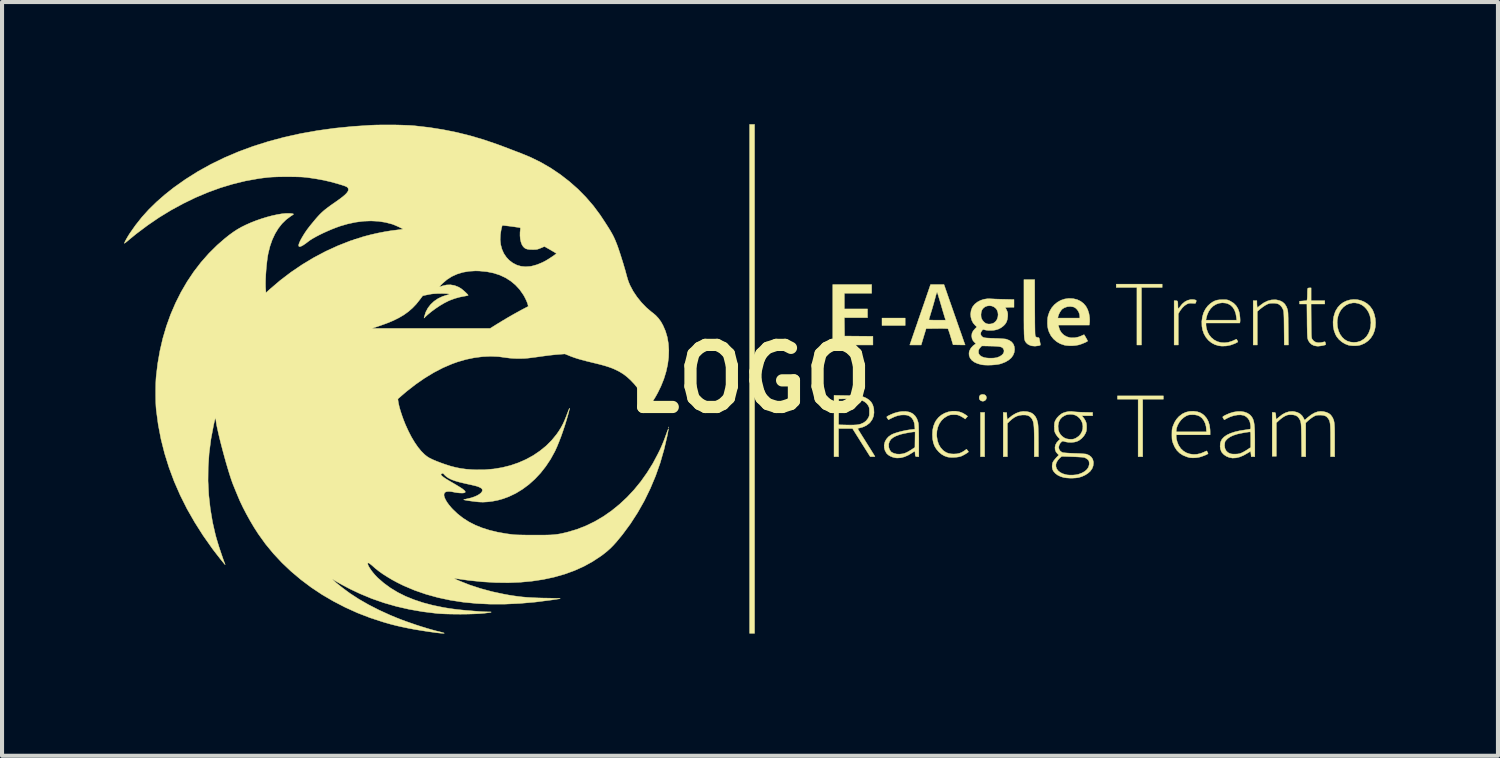
<source format=kicad_pcb>
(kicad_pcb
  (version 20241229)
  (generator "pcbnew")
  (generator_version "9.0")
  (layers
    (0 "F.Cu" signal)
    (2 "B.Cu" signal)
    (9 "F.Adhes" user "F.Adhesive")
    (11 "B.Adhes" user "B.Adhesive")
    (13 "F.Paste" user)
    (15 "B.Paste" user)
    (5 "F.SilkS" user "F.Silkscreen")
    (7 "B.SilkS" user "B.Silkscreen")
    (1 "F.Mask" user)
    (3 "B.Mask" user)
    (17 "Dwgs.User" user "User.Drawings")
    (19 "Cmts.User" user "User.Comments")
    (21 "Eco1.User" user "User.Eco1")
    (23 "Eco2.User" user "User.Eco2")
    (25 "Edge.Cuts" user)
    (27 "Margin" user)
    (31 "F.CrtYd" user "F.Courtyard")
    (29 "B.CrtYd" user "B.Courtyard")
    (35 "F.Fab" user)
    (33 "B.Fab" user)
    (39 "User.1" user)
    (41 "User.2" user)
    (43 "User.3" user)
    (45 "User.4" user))
  (footprint "LOGO"
    (layer "F.Cu")
    (at 15.355 6.253)
    (property "Reference" "LOGO" (at 0 0 0) (layer "F.SilkS") (effects (font (size 1.524 1.524) (thickness 0.3))))
    (attr through_hole)
    (fp_poly (pts (xy 0.122 6.248) (xy 0 6.248) (xy 0 -6.248) (xy 0.122 -6.248) (xy 0.122 6.248)) (stroke (width 0.01) (type solid)) (fill yes) (layer "F.SilkS"))
    (fp_poly (pts (xy 3.82 -1.311) (xy 3.251 -1.311) (xy 3.251 -1.494) (xy 3.82 -1.494) (xy 3.82 -1.311)) (stroke (width 0.01) (type solid)) (fill yes) (layer "F.SilkS"))
    (fp_poly (pts (xy 5.771 1.91) (xy 5.669 1.91) (xy 5.669 0.823) (xy 5.771 0.823) (xy 5.771 1.91)) (stroke (width 0.01) (type solid)) (fill yes) (layer "F.SilkS"))
    (fp_poly (pts (xy -1.985 1.182) (xy -1.983 1.194) (xy -1.985 1.195) (xy -1.991 1.194) (xy -1.991 1.189) (xy -1.988 1.18) (xy -1.985 1.182)) (stroke (width 0.01) (type solid)) (fill yes) (layer "F.SilkS"))
    (fp_poly (pts (xy 10.13 -2.245) (xy 9.622 -2.245) (xy 9.622 -0.833) (xy 9.51 -0.833) (xy 9.51 -2.245) (xy 9.002 -2.245) (xy 9.002 -2.327) (xy 10.13 -2.327) (xy 10.13 -2.245)) (stroke (width 0.01) (type solid)) (fill yes) (layer "F.SilkS"))
    (fp_poly (pts (xy 10.16 0.498) (xy 9.652 0.498) (xy 9.652 1.91) (xy 9.54 1.91) (xy 9.54 0.498) (xy 9.032 0.498) (xy 9.032 0.417) (xy 10.16 0.417) (xy 10.16 0.498)) (stroke (width 0.01) (type solid)) (fill yes) (layer "F.SilkS"))
    (fp_poly (pts (xy 2.997 -2.103) (xy 2.327 -2.103) (xy 2.327 -1.717) (xy 2.896 -1.717) (xy 2.896 -1.504) (xy 2.326 -1.504) (xy 2.329 -1.278) (xy 2.332 -1.052) (xy 3.028 -1.046) (xy 3.028 -0.833) (xy 2.042 -0.833) (xy 2.042 -2.316) (xy 2.997 -2.316) (xy 2.997 -2.103)) (stroke (width 0.01) (type solid)) (fill yes) (layer "F.SilkS"))
    (fp_poly (pts (xy 5.769 0.388) (xy 5.799 0.41) (xy 5.814 0.444) (xy 5.816 0.463) (xy 5.807 0.5) (xy 5.784 0.528) (xy 5.752 0.545) (xy 5.715 0.548) (xy 5.678 0.536) (xy 5.664 0.525) (xy 5.644 0.501) (xy 5.637 0.47) (xy 5.637 0.463) (xy 5.644 0.422) (xy 5.667 0.395) (xy 5.704 0.382) (xy 5.725 0.381) (xy 5.769 0.388)) (stroke (width 0.01) (type solid)) (fill yes) (layer "F.SilkS"))
    (fp_poly (pts (xy 10.921 -1.944) (xy 10.951 -1.936) (xy 10.967 -1.924) (xy 10.968 -1.913) (xy 10.961 -1.891) (xy 10.957 -1.875) (xy 10.953 -1.863) (xy 10.945 -1.856) (xy 10.929 -1.854) (xy 10.9 -1.855) (xy 10.871 -1.857) (xy 10.828 -1.859) (xy 10.797 -1.857) (xy 10.771 -1.851) (xy 10.742 -1.838) (xy 10.735 -1.835) (xy 10.68 -1.799) (xy 10.626 -1.747) (xy 10.577 -1.684) (xy 10.557 -1.652) (xy 10.526 -1.598) (xy 10.526 -0.833) (xy 10.424 -0.833) (xy 10.424 -1.92) (xy 10.464 -1.92) (xy 10.487 -1.919) (xy 10.502 -1.912) (xy 10.511 -1.896) (xy 10.515 -1.868) (xy 10.516 -1.823) (xy 10.516 -1.815) (xy 10.517 -1.767) (xy 10.521 -1.739) (xy 10.529 -1.728) (xy 10.542 -1.736) (xy 10.56 -1.759) (xy 10.564 -1.766) (xy 10.619 -1.836) (xy 10.683 -1.891) (xy 10.752 -1.928) (xy 10.825 -1.947) (xy 10.836 -1.948) (xy 10.882 -1.949) (xy 10.921 -1.944)) (stroke (width 0.01) (type solid)) (fill yes) (layer "F.SilkS"))
    (fp_poly (pts (xy 7.002 -1.749) (xy 7.003 -1.613) (xy 7.004 -1.497) (xy 7.004 -1.398) (xy 7.005 -1.315) (xy 7.006 -1.246) (xy 7.007 -1.19) (xy 7.008 -1.146) (xy 7.009 -1.112) (xy 7.011 -1.086) (xy 7.013 -1.068) (xy 7.016 -1.055) (xy 7.019 -1.046) (xy 7.022 -1.041) (xy 7.025 -1.037) (xy 7.053 -1.02) (xy 7.076 -1.016) (xy 7.094 -1.015) (xy 7.104 -1.009) (xy 7.111 -0.994) (xy 7.118 -0.965) (xy 7.121 -0.95) (xy 7.128 -0.911) (xy 7.135 -0.875) (xy 7.139 -0.855) (xy 7.141 -0.837) (xy 7.136 -0.827) (xy 7.119 -0.82) (xy 7.092 -0.814) (xy 7.007 -0.804) (xy 6.929 -0.811) (xy 6.888 -0.823) (xy 6.832 -0.851) (xy 6.799 -0.88) (xy 6.788 -0.894) (xy 6.777 -0.907) (xy 6.769 -0.921) (xy 6.761 -0.937) (xy 6.755 -0.957) (xy 6.75 -0.982) (xy 6.746 -1.014) (xy 6.743 -1.054) (xy 6.74 -1.104) (xy 6.739 -1.164) (xy 6.737 -1.238) (xy 6.737 -1.325) (xy 6.736 -1.428) (xy 6.736 -1.548) (xy 6.736 -1.687) (xy 6.736 -1.729) (xy 6.736 -2.438) (xy 7 -2.438) (xy 7.002 -1.749)) (stroke (width 0.01) (type solid)) (fill yes) (layer "F.SilkS"))
    (fp_poly (pts (xy 6.806 0.803) (xy 6.865 0.815) (xy 6.909 0.831) (xy 6.947 0.853) (xy 6.977 0.878) (xy 7.021 0.931) (xy 7.054 1) (xy 7.076 1.085) (xy 7.081 1.123) (xy 7.084 1.156) (xy 7.086 1.205) (xy 7.088 1.268) (xy 7.09 1.342) (xy 7.091 1.424) (xy 7.091 1.51) (xy 7.092 1.562) (xy 7.092 1.91) (xy 6.99 1.91) (xy 6.99 1.572) (xy 6.99 1.452) (xy 6.988 1.35) (xy 6.986 1.264) (xy 6.983 1.193) (xy 6.978 1.134) (xy 6.971 1.087) (xy 6.962 1.048) (xy 6.95 1.016) (xy 6.936 0.988) (xy 6.92 0.964) (xy 6.908 0.951) (xy 6.872 0.918) (xy 6.828 0.897) (xy 6.773 0.887) (xy 6.704 0.886) (xy 6.698 0.886) (xy 6.626 0.895) (xy 6.56 0.915) (xy 6.498 0.947) (xy 6.434 0.994) (xy 6.378 1.045) (xy 6.33 1.091) (xy 6.33 1.91) (xy 6.228 1.91) (xy 6.228 0.822) (xy 6.271 0.825) (xy 6.314 0.828) (xy 6.317 0.889) (xy 6.319 0.926) (xy 6.323 0.959) (xy 6.325 0.974) (xy 6.331 0.999) (xy 6.363 0.968) (xy 6.45 0.898) (xy 6.539 0.846) (xy 6.629 0.812) (xy 6.719 0.798) (xy 6.806 0.803)) (stroke (width 0.01) (type solid)) (fill yes) (layer "F.SilkS"))
    (fp_poly (pts (xy 12.941 -1.94) (xy 13.021 -1.92) (xy 13.087 -1.887) (xy 13.14 -1.839) (xy 13.18 -1.775) (xy 13.198 -1.73) (xy 13.204 -1.712) (xy 13.209 -1.695) (xy 13.213 -1.677) (xy 13.216 -1.655) (xy 13.219 -1.627) (xy 13.221 -1.592) (xy 13.222 -1.546) (xy 13.224 -1.488) (xy 13.224 -1.416) (xy 13.225 -1.327) (xy 13.226 -1.247) (xy 13.23 -0.833) (xy 13.128 -0.833) (xy 13.124 -1.237) (xy 13.123 -1.341) (xy 13.122 -1.427) (xy 13.121 -1.496) (xy 13.119 -1.552) (xy 13.117 -1.595) (xy 13.115 -1.629) (xy 13.112 -1.655) (xy 13.108 -1.675) (xy 13.104 -1.691) (xy 13.103 -1.694) (xy 13.074 -1.754) (xy 13.033 -1.804) (xy 12.984 -1.838) (xy 12.979 -1.84) (xy 12.942 -1.851) (xy 12.893 -1.858) (xy 12.838 -1.859) (xy 12.786 -1.856) (xy 12.75 -1.849) (xy 12.71 -1.833) (xy 12.66 -1.806) (xy 12.606 -1.77) (xy 12.553 -1.73) (xy 12.527 -1.709) (xy 12.466 -1.655) (xy 12.466 -0.833) (xy 12.365 -0.833) (xy 12.365 -1.92) (xy 12.456 -1.92) (xy 12.456 -1.866) (xy 12.457 -1.828) (xy 12.46 -1.793) (xy 12.462 -1.78) (xy 12.469 -1.748) (xy 12.536 -1.804) (xy 12.627 -1.869) (xy 12.719 -1.914) (xy 12.812 -1.939) (xy 12.905 -1.943) (xy 12.941 -1.94)) (stroke (width 0.01) (type solid)) (fill yes) (layer "F.SilkS"))
    (fp_poly (pts (xy 13.787 -1.92) (xy 14.122 -1.92) (xy 14.122 -1.839) (xy 13.786 -1.839) (xy 13.789 -1.425) (xy 13.79 -1.322) (xy 13.791 -1.238) (xy 13.792 -1.169) (xy 13.793 -1.115) (xy 13.794 -1.074) (xy 13.796 -1.043) (xy 13.799 -1.02) (xy 13.802 -1.003) (xy 13.805 -0.991) (xy 13.81 -0.981) (xy 13.813 -0.975) (xy 13.851 -0.93) (xy 13.9 -0.901) (xy 13.96 -0.888) (xy 14.029 -0.892) (xy 14.058 -0.898) (xy 14.092 -0.906) (xy 14.117 -0.911) (xy 14.127 -0.912) (xy 14.127 -0.912) (xy 14.135 -0.896) (xy 14.142 -0.873) (xy 14.145 -0.851) (xy 14.144 -0.839) (xy 14.143 -0.839) (xy 14.123 -0.831) (xy 14.089 -0.822) (xy 14.047 -0.814) (xy 14.005 -0.808) (xy 13.968 -0.804) (xy 13.955 -0.803) (xy 13.912 -0.807) (xy 13.867 -0.816) (xy 13.855 -0.819) (xy 13.801 -0.846) (xy 13.754 -0.889) (xy 13.719 -0.943) (xy 13.71 -0.967) (xy 13.705 -0.983) (xy 13.701 -1.002) (xy 13.698 -1.026) (xy 13.696 -1.058) (xy 13.694 -1.098) (xy 13.692 -1.15) (xy 13.691 -1.216) (xy 13.689 -1.297) (xy 13.688 -1.395) (xy 13.688 -1.43) (xy 13.684 -1.839) (xy 13.503 -1.839) (xy 13.503 -1.907) (xy 13.593 -1.915) (xy 13.683 -1.922) (xy 13.689 -1.953) (xy 13.692 -1.976) (xy 13.694 -2.013) (xy 13.695 -2.059) (xy 13.696 -2.093) (xy 13.696 -2.14) (xy 13.698 -2.18) (xy 13.7 -2.208) (xy 13.702 -2.219) (xy 13.717 -2.231) (xy 13.748 -2.235) (xy 13.787 -2.235) (xy 13.787 -1.92)) (stroke (width 0.01) (type solid)) (fill yes) (layer "F.SilkS"))
    (fp_poly (pts (xy 14.918 -1.946) (xy 15.005 -1.927) (xy 15.087 -1.894) (xy 15.163 -1.847) (xy 15.23 -1.786) (xy 15.286 -1.71) (xy 15.306 -1.673) (xy 15.34 -1.583) (xy 15.362 -1.484) (xy 15.37 -1.38) (xy 15.364 -1.278) (xy 15.346 -1.189) (xy 15.308 -1.091) (xy 15.254 -1.006) (xy 15.186 -0.934) (xy 15.106 -0.877) (xy 15.015 -0.837) (xy 14.985 -0.828) (xy 14.933 -0.818) (xy 14.869 -0.814) (xy 14.803 -0.815) (xy 14.741 -0.821) (xy 14.704 -0.828) (xy 14.619 -0.861) (xy 14.54 -0.909) (xy 14.47 -0.97) (xy 14.414 -1.04) (xy 14.386 -1.09) (xy 14.349 -1.192) (xy 14.329 -1.301) (xy 14.327 -1.383) (xy 14.427 -1.383) (xy 14.435 -1.277) (xy 14.46 -1.179) (xy 14.499 -1.093) (xy 14.553 -1.019) (xy 14.608 -0.968) (xy 14.675 -0.929) (xy 14.752 -0.905) (xy 14.834 -0.896) (xy 14.917 -0.903) (xy 14.995 -0.926) (xy 15.007 -0.931) (xy 15.083 -0.978) (xy 15.146 -1.039) (xy 15.196 -1.116) (xy 15.231 -1.206) (xy 15.247 -1.276) (xy 15.256 -1.377) (xy 15.249 -1.472) (xy 15.228 -1.562) (xy 15.194 -1.643) (xy 15.147 -1.715) (xy 15.09 -1.775) (xy 15.024 -1.821) (xy 14.949 -1.852) (xy 14.868 -1.867) (xy 14.81 -1.866) (xy 14.726 -1.849) (xy 14.65 -1.815) (xy 14.582 -1.765) (xy 14.525 -1.701) (xy 14.48 -1.625) (xy 14.448 -1.538) (xy 14.43 -1.443) (xy 14.427 -1.383) (xy 14.327 -1.383) (xy 14.327 -1.413) (xy 14.341 -1.524) (xy 14.373 -1.63) (xy 14.393 -1.676) (xy 14.444 -1.758) (xy 14.506 -1.825) (xy 14.578 -1.878) (xy 14.658 -1.916) (xy 14.742 -1.94) (xy 14.83 -1.95) (xy 14.918 -1.946)) (stroke (width 0.01) (type solid)) (fill yes) (layer "F.SilkS"))
    (fp_poly (pts (xy 5.152 0.809) (xy 5.238 0.841) (xy 5.317 0.89) (xy 5.326 0.897) (xy 5.353 0.919) (xy 5.323 0.953) (xy 5.293 0.986) (xy 5.26 0.961) (xy 5.232 0.943) (xy 5.195 0.922) (xy 5.166 0.907) (xy 5.132 0.893) (xy 5.102 0.884) (xy 5.068 0.88) (xy 5.022 0.879) (xy 5.014 0.879) (xy 4.967 0.88) (xy 4.932 0.883) (xy 4.902 0.891) (xy 4.868 0.905) (xy 4.854 0.911) (xy 4.777 0.959) (xy 4.712 1.021) (xy 4.66 1.096) (xy 4.623 1.182) (xy 4.6 1.276) (xy 4.594 1.377) (xy 4.596 1.412) (xy 4.612 1.515) (xy 4.643 1.607) (xy 4.689 1.687) (xy 4.749 1.753) (xy 4.77 1.77) (xy 4.826 1.806) (xy 4.883 1.829) (xy 4.947 1.841) (xy 5.014 1.844) (xy 5.09 1.84) (xy 5.154 1.826) (xy 5.214 1.801) (xy 5.269 1.767) (xy 5.327 1.726) (xy 5.35 1.754) (xy 5.366 1.775) (xy 5.374 1.788) (xy 5.374 1.79) (xy 5.366 1.8) (xy 5.344 1.816) (xy 5.313 1.836) (xy 5.276 1.858) (xy 5.238 1.878) (xy 5.203 1.895) (xy 5.186 1.902) (xy 5.138 1.914) (xy 5.078 1.923) (xy 5.013 1.927) (xy 4.948 1.927) (xy 4.891 1.923) (xy 4.855 1.916) (xy 4.78 1.889) (xy 4.715 1.851) (xy 4.653 1.799) (xy 4.643 1.789) (xy 4.585 1.721) (xy 4.541 1.648) (xy 4.512 1.567) (xy 4.494 1.475) (xy 4.489 1.369) (xy 4.489 1.361) (xy 4.495 1.254) (xy 4.516 1.158) (xy 4.551 1.071) (xy 4.58 1.02) (xy 4.639 0.947) (xy 4.71 0.887) (xy 4.791 0.841) (xy 4.878 0.81) (xy 4.969 0.794) (xy 5.062 0.793) (xy 5.152 0.809)) (stroke (width 0.01) (type solid)) (fill yes) (layer "F.SilkS"))
    (fp_poly (pts (xy 7.941 -1.971) (xy 7.943 -1.971) (xy 8.04 -1.948) (xy 8.125 -1.908) (xy 8.198 -1.853) (xy 8.257 -1.784) (xy 8.302 -1.7) (xy 8.333 -1.603) (xy 8.347 -1.509) (xy 8.35 -1.462) (xy 8.35 -1.413) (xy 8.347 -1.378) (xy 8.34 -1.321) (xy 7.582 -1.321) (xy 7.591 -1.278) (xy 7.618 -1.197) (xy 7.661 -1.129) (xy 7.718 -1.075) (xy 7.787 -1.036) (xy 7.867 -1.013) (xy 7.9 -1.009) (xy 7.986 -1.011) (xy 8.074 -1.029) (xy 8.157 -1.061) (xy 8.16 -1.062) (xy 8.188 -1.076) (xy 8.208 -1.084) (xy 8.214 -1.085) (xy 8.223 -1.071) (xy 8.238 -1.046) (xy 8.256 -1.015) (xy 8.274 -0.983) (xy 8.289 -0.955) (xy 8.299 -0.936) (xy 8.301 -0.931) (xy 8.292 -0.922) (xy 8.268 -0.908) (xy 8.233 -0.891) (xy 8.191 -0.874) (xy 8.146 -0.856) (xy 8.103 -0.842) (xy 8.073 -0.833) (xy 8.003 -0.821) (xy 7.923 -0.814) (xy 7.842 -0.815) (xy 7.767 -0.822) (xy 7.728 -0.829) (xy 7.628 -0.863) (xy 7.54 -0.914) (xy 7.463 -0.98) (xy 7.4 -1.059) (xy 7.353 -1.151) (xy 7.33 -1.219) (xy 7.318 -1.283) (xy 7.313 -1.358) (xy 7.314 -1.436) (xy 7.319 -1.494) (xy 7.568 -1.494) (xy 8.108 -1.494) (xy 8.108 -1.527) (xy 8.1 -1.589) (xy 8.078 -1.648) (xy 8.045 -1.699) (xy 8.003 -1.74) (xy 7.956 -1.765) (xy 7.95 -1.767) (xy 7.874 -1.778) (xy 7.799 -1.772) (xy 7.729 -1.747) (xy 7.68 -1.717) (xy 7.651 -1.686) (xy 7.622 -1.642) (xy 7.596 -1.592) (xy 7.578 -1.543) (xy 7.574 -1.527) (xy 7.568 -1.494) (xy 7.319 -1.494) (xy 7.321 -1.509) (xy 7.33 -1.554) (xy 7.366 -1.655) (xy 7.417 -1.744) (xy 7.482 -1.82) (xy 7.559 -1.883) (xy 7.644 -1.931) (xy 7.738 -1.962) (xy 7.837 -1.976) (xy 7.941 -1.971)) (stroke (width 0.01) (type solid)) (fill yes) (layer "F.SilkS"))
    (fp_poly (pts (xy 11.664 -1.945) (xy 11.701 -1.944) (xy 11.728 -1.94) (xy 11.753 -1.933) (xy 11.781 -1.921) (xy 11.808 -1.907) (xy 11.885 -1.859) (xy 11.945 -1.798) (xy 11.991 -1.724) (xy 12.019 -1.647) (xy 12.028 -1.606) (xy 12.035 -1.557) (xy 12.041 -1.505) (xy 12.044 -1.456) (xy 12.044 -1.418) (xy 12.042 -1.405) (xy 12.037 -1.372) (xy 11.206 -1.372) (xy 11.206 -1.322) (xy 11.212 -1.267) (xy 11.228 -1.204) (xy 11.251 -1.141) (xy 11.28 -1.086) (xy 11.282 -1.082) (xy 11.339 -1.011) (xy 11.408 -0.956) (xy 11.486 -0.916) (xy 11.571 -0.893) (xy 11.661 -0.887) (xy 11.754 -0.898) (xy 11.848 -0.928) (xy 11.876 -0.94) (xy 11.911 -0.956) (xy 11.938 -0.969) (xy 11.953 -0.975) (xy 11.954 -0.975) (xy 11.961 -0.967) (xy 11.971 -0.949) (xy 11.982 -0.928) (xy 11.988 -0.912) (xy 11.989 -0.909) (xy 11.98 -0.902) (xy 11.957 -0.89) (xy 11.925 -0.873) (xy 11.912 -0.867) (xy 11.81 -0.83) (xy 11.704 -0.809) (xy 11.598 -0.805) (xy 11.519 -0.814) (xy 11.425 -0.842) (xy 11.341 -0.887) (xy 11.267 -0.947) (xy 11.205 -1.021) (xy 11.156 -1.107) (xy 11.122 -1.203) (xy 11.106 -1.294) (xy 11.103 -1.41) (xy 11.107 -1.443) (xy 11.204 -1.443) (xy 11.961 -1.443) (xy 11.953 -1.511) (xy 11.936 -1.609) (xy 11.905 -1.692) (xy 11.863 -1.759) (xy 11.809 -1.811) (xy 11.743 -1.846) (xy 11.696 -1.86) (xy 11.609 -1.869) (xy 11.526 -1.858) (xy 11.449 -1.83) (xy 11.38 -1.786) (xy 11.32 -1.726) (xy 11.27 -1.653) (xy 11.233 -1.567) (xy 11.211 -1.481) (xy 11.204 -1.443) (xy 11.107 -1.443) (xy 11.117 -1.519) (xy 11.146 -1.621) (xy 11.191 -1.712) (xy 11.25 -1.791) (xy 11.315 -1.851) (xy 11.372 -1.89) (xy 11.425 -1.917) (xy 11.48 -1.934) (xy 11.543 -1.943) (xy 11.613 -1.945) (xy 11.664 -1.945)) (stroke (width 0.01) (type solid)) (fill yes) (layer "F.SilkS"))
    (fp_poly (pts (xy 2.38 0.409) (xy 2.48 0.411) (xy 2.563 0.413) (xy 2.63 0.417) (xy 2.685 0.421) (xy 2.73 0.427) (xy 2.768 0.435) (xy 2.801 0.444) (xy 2.832 0.457) (xy 2.864 0.472) (xy 2.865 0.472) (xy 2.933 0.516) (xy 2.985 0.569) (xy 3.022 0.633) (xy 3.046 0.712) (xy 3.05 0.735) (xy 3.055 0.829) (xy 3.043 0.916) (xy 3.011 0.995) (xy 2.962 1.065) (xy 2.937 1.091) (xy 2.864 1.145) (xy 2.779 1.184) (xy 2.712 1.202) (xy 2.675 1.211) (xy 2.658 1.22) (xy 2.656 1.227) (xy 2.663 1.238) (xy 2.679 1.264) (xy 2.703 1.304) (xy 2.735 1.355) (xy 2.772 1.415) (xy 2.815 1.483) (xy 2.861 1.557) (xy 2.87 1.571) (xy 2.916 1.644) (xy 2.959 1.712) (xy 2.997 1.773) (xy 3.029 1.825) (xy 3.054 1.865) (xy 3.071 1.893) (xy 3.078 1.905) (xy 3.078 1.906) (xy 3.069 1.908) (xy 3.045 1.91) (xy 3.02 1.91) (xy 2.962 1.91) (xy 2.744 1.564) (xy 2.527 1.219) (xy 2.184 1.219) (xy 2.184 1.91) (xy 2.073 1.91) (xy 2.073 1.127) (xy 2.184 1.127) (xy 2.344 1.131) (xy 2.438 1.133) (xy 2.514 1.133) (xy 2.576 1.131) (xy 2.626 1.128) (xy 2.668 1.123) (xy 2.703 1.115) (xy 2.731 1.107) (xy 2.804 1.074) (xy 2.862 1.029) (xy 2.906 0.972) (xy 2.91 0.965) (xy 2.924 0.938) (xy 2.934 0.914) (xy 2.939 0.889) (xy 2.941 0.855) (xy 2.941 0.808) (xy 2.941 0.76) (xy 2.939 0.726) (xy 2.934 0.701) (xy 2.924 0.677) (xy 2.91 0.65) (xy 2.871 0.599) (xy 2.817 0.556) (xy 2.754 0.525) (xy 2.733 0.518) (xy 2.694 0.51) (xy 2.639 0.502) (xy 2.572 0.496) (xy 2.498 0.492) (xy 2.421 0.49) (xy 2.346 0.489) (xy 2.332 0.49) (xy 2.189 0.493) (xy 2.187 0.81) (xy 2.184 1.127) (xy 2.073 1.127) (xy 2.073 0.404) (xy 2.38 0.409)) (stroke (width 0.01) (type solid)) (fill yes) (layer "F.SilkS"))
    (fp_poly (pts (xy 4.799 -2.243) (xy 4.808 -2.214) (xy 4.824 -2.17) (xy 4.844 -2.112) (xy 4.868 -2.042) (xy 4.896 -1.962) (xy 4.927 -1.874) (xy 4.96 -1.78) (xy 4.994 -1.682) (xy 5.029 -1.581) (xy 5.065 -1.48) (xy 5.099 -1.381) (xy 5.133 -1.284) (xy 5.165 -1.193) (xy 5.195 -1.109) (xy 5.221 -1.034) (xy 5.243 -0.97) (xy 5.261 -0.919) (xy 5.274 -0.883) (xy 5.281 -0.863) (xy 5.282 -0.861) (xy 5.293 -0.833) (xy 5.145 -0.835) (xy 4.996 -0.838) (xy 4.939 -1.028) (xy 4.921 -1.088) (xy 4.904 -1.141) (xy 4.889 -1.184) (xy 4.878 -1.214) (xy 4.871 -1.229) (xy 4.871 -1.229) (xy 4.857 -1.233) (xy 4.823 -1.235) (xy 4.769 -1.237) (xy 4.697 -1.238) (xy 4.605 -1.237) (xy 4.597 -1.237) (xy 4.334 -1.234) (xy 4.273 -1.034) (xy 4.213 -0.833) (xy 3.933 -0.833) (xy 4.007 -1.049) (xy 4.025 -1.102) (xy 4.049 -1.171) (xy 4.077 -1.253) (xy 4.11 -1.346) (xy 4.144 -1.448) (xy 4.147 -1.455) (xy 4.403 -1.455) (xy 4.407 -1.45) (xy 4.418 -1.447) (xy 4.439 -1.445) (xy 4.472 -1.444) (xy 4.52 -1.443) (xy 4.585 -1.443) (xy 4.606 -1.443) (xy 4.814 -1.443) (xy 4.789 -1.521) (xy 4.779 -1.553) (xy 4.765 -1.601) (xy 4.747 -1.66) (xy 4.727 -1.728) (xy 4.706 -1.801) (xy 4.689 -1.858) (xy 4.669 -1.927) (xy 4.65 -1.989) (xy 4.634 -2.043) (xy 4.621 -2.084) (xy 4.612 -2.111) (xy 4.608 -2.121) (xy 4.603 -2.124) (xy 4.598 -2.12) (xy 4.592 -2.106) (xy 4.583 -2.082) (xy 4.572 -2.043) (xy 4.557 -1.988) (xy 4.551 -1.965) (xy 4.533 -1.899) (xy 4.511 -1.821) (xy 4.488 -1.742) (xy 4.466 -1.667) (xy 4.459 -1.646) (xy 4.442 -1.59) (xy 4.427 -1.539) (xy 4.415 -1.498) (xy 4.406 -1.471) (xy 4.403 -1.46) (xy 4.403 -1.455) (xy 4.147 -1.455) (xy 4.181 -1.554) (xy 4.218 -1.662) (xy 4.255 -1.77) (xy 4.263 -1.791) (xy 4.443 -2.316) (xy 4.773 -2.316) (xy 4.799 -2.243)) (stroke (width 0.01) (type solid)) (fill yes) (layer "F.SilkS"))
    (fp_poly (pts (xy 10.906 0.795) (xy 10.99 0.806) (xy 11.062 0.829) (xy 11.126 0.867) (xy 11.165 0.9) (xy 11.221 0.966) (xy 11.264 1.046) (xy 11.292 1.139) (xy 11.306 1.244) (xy 11.308 1.293) (xy 11.308 1.372) (xy 10.475 1.372) (xy 10.475 1.415) (xy 10.481 1.476) (xy 10.499 1.544) (xy 10.525 1.611) (xy 10.538 1.637) (xy 10.587 1.71) (xy 10.65 1.769) (xy 10.723 1.814) (xy 10.805 1.842) (xy 10.893 1.855) (xy 10.984 1.851) (xy 11.076 1.83) (xy 11.144 1.803) (xy 11.179 1.787) (xy 11.206 1.775) (xy 11.221 1.768) (xy 11.223 1.768) (xy 11.229 1.776) (xy 11.24 1.794) (xy 11.25 1.816) (xy 11.257 1.831) (xy 11.257 1.834) (xy 11.248 1.843) (xy 11.224 1.856) (xy 11.189 1.872) (xy 11.148 1.888) (xy 11.104 1.904) (xy 11.063 1.917) (xy 11.028 1.926) (xy 11.027 1.926) (xy 10.956 1.936) (xy 10.885 1.939) (xy 10.822 1.935) (xy 10.81 1.934) (xy 10.786 1.928) (xy 10.752 1.919) (xy 10.734 1.913) (xy 10.639 1.874) (xy 10.558 1.821) (xy 10.49 1.753) (xy 10.436 1.67) (xy 10.397 1.579) (xy 10.385 1.543) (xy 10.377 1.511) (xy 10.372 1.478) (xy 10.37 1.438) (xy 10.369 1.386) (xy 10.369 1.367) (xy 10.37 1.309) (xy 10.37 1.3) (xy 10.475 1.3) (xy 11.217 1.3) (xy 11.216 1.252) (xy 11.208 1.169) (xy 11.186 1.089) (xy 11.151 1.018) (xy 11.106 0.96) (xy 11.103 0.958) (xy 11.053 0.919) (xy 10.997 0.894) (xy 10.931 0.881) (xy 10.876 0.879) (xy 10.828 0.88) (xy 10.792 0.884) (xy 10.762 0.891) (xy 10.729 0.905) (xy 10.726 0.906) (xy 10.66 0.947) (xy 10.599 1.002) (xy 10.548 1.068) (xy 10.508 1.14) (xy 10.483 1.214) (xy 10.475 1.278) (xy 10.475 1.3) (xy 10.37 1.3) (xy 10.371 1.266) (xy 10.375 1.231) (xy 10.382 1.2) (xy 10.393 1.166) (xy 10.397 1.155) (xy 10.434 1.067) (xy 10.481 0.992) (xy 10.54 0.926) (xy 10.549 0.918) (xy 10.626 0.859) (xy 10.708 0.82) (xy 10.797 0.798) (xy 10.896 0.794) (xy 10.906 0.795)) (stroke (width 0.01) (type solid)) (fill yes) (layer "F.SilkS"))
    (fp_poly (pts (xy 14.089 0.802) (xy 14.163 0.82) (xy 14.222 0.847) (xy 14.268 0.884) (xy 14.305 0.935) (xy 14.319 0.96) (xy 14.33 0.985) (xy 14.34 1.009) (xy 14.347 1.036) (xy 14.353 1.066) (xy 14.358 1.103) (xy 14.361 1.149) (xy 14.364 1.205) (xy 14.365 1.274) (xy 14.366 1.359) (xy 14.366 1.46) (xy 14.366 1.514) (xy 14.366 1.91) (xy 14.265 1.91) (xy 14.265 1.521) (xy 14.264 1.41) (xy 14.264 1.317) (xy 14.262 1.241) (xy 14.26 1.178) (xy 14.257 1.128) (xy 14.252 1.088) (xy 14.245 1.055) (xy 14.237 1.028) (xy 14.227 1.005) (xy 14.214 0.984) (xy 14.206 0.971) (xy 14.174 0.934) (xy 14.137 0.91) (xy 14.09 0.895) (xy 14.029 0.889) (xy 14.006 0.889) (xy 13.96 0.89) (xy 13.927 0.893) (xy 13.901 0.899) (xy 13.873 0.912) (xy 13.85 0.924) (xy 13.811 0.948) (xy 13.767 0.98) (xy 13.726 1.014) (xy 13.721 1.018) (xy 13.655 1.079) (xy 13.655 1.91) (xy 13.555 1.91) (xy 13.551 1.506) (xy 13.55 1.398) (xy 13.548 1.308) (xy 13.547 1.234) (xy 13.544 1.174) (xy 13.541 1.125) (xy 13.537 1.087) (xy 13.531 1.056) (xy 13.524 1.031) (xy 13.514 1.009) (xy 13.503 0.988) (xy 13.489 0.966) (xy 13.488 0.964) (xy 13.453 0.924) (xy 13.408 0.897) (xy 13.351 0.883) (xy 13.294 0.879) (xy 13.249 0.88) (xy 13.215 0.885) (xy 13.183 0.895) (xy 13.146 0.912) (xy 13.104 0.936) (xy 13.057 0.97) (xy 13.012 1.006) (xy 13.006 1.012) (xy 12.934 1.079) (xy 12.934 1.9) (xy 12.832 1.9) (xy 12.832 0.823) (xy 12.871 0.823) (xy 12.898 0.825) (xy 12.91 0.833) (xy 12.917 0.852) (xy 12.917 0.855) (xy 12.921 0.885) (xy 12.923 0.923) (xy 12.924 0.934) (xy 12.925 0.964) (xy 12.928 0.984) (xy 12.93 0.989) (xy 12.94 0.985) (xy 12.96 0.97) (xy 12.988 0.947) (xy 13.001 0.936) (xy 13.08 0.874) (xy 13.163 0.83) (xy 13.247 0.804) (xy 13.331 0.798) (xy 13.371 0.802) (xy 13.449 0.822) (xy 13.514 0.856) (xy 13.565 0.904) (xy 13.606 0.969) (xy 13.606 0.97) (xy 13.628 1.014) (xy 13.708 0.944) (xy 13.792 0.879) (xy 13.872 0.834) (xy 13.949 0.806) (xy 14.025 0.797) (xy 14.089 0.802)) (stroke (width 0.01) (type solid)) (fill yes) (layer "F.SilkS"))
    (fp_poly (pts (xy 3.91 0.812) (xy 3.944 0.822) (xy 4.011 0.858) (xy 4.065 0.91) (xy 4.108 0.977) (xy 4.136 1.057) (xy 4.145 1.099) (xy 4.147 1.124) (xy 4.15 1.167) (xy 4.151 1.224) (xy 4.153 1.293) (xy 4.154 1.372) (xy 4.155 1.456) (xy 4.155 1.537) (xy 4.155 1.91) (xy 4.116 1.91) (xy 4.09 1.908) (xy 4.074 1.899) (xy 4.067 1.879) (xy 4.064 1.844) (xy 4.064 1.828) (xy 4.062 1.799) (xy 4.058 1.781) (xy 4.055 1.778) (xy 4.042 1.783) (xy 4.018 1.797) (xy 3.991 1.815) (xy 3.893 1.874) (xy 3.8 1.914) (xy 3.71 1.937) (xy 3.622 1.942) (xy 3.581 1.938) (xy 3.52 1.924) (xy 3.459 1.9) (xy 3.407 1.869) (xy 3.368 1.833) (xy 3.362 1.826) (xy 3.325 1.759) (xy 3.306 1.688) (xy 3.306 1.637) (xy 3.414 1.637) (xy 3.421 1.694) (xy 3.442 1.746) (xy 3.472 1.788) (xy 3.487 1.8) (xy 3.543 1.828) (xy 3.611 1.845) (xy 3.685 1.848) (xy 3.762 1.839) (xy 3.806 1.827) (xy 3.845 1.811) (xy 3.893 1.787) (xy 3.942 1.758) (xy 3.966 1.743) (xy 4.059 1.681) (xy 4.064 1.3) (xy 4.04 1.3) (xy 4.011 1.303) (xy 3.966 1.309) (xy 3.912 1.318) (xy 3.853 1.329) (xy 3.794 1.341) (xy 3.74 1.353) (xy 3.696 1.365) (xy 3.683 1.369) (xy 3.594 1.402) (xy 3.523 1.44) (xy 3.471 1.483) (xy 3.436 1.534) (xy 3.417 1.592) (xy 3.414 1.637) (xy 3.306 1.637) (xy 3.306 1.616) (xy 3.323 1.547) (xy 3.357 1.482) (xy 3.407 1.424) (xy 3.471 1.377) (xy 3.521 1.352) (xy 3.587 1.328) (xy 3.666 1.304) (xy 3.753 1.282) (xy 3.844 1.263) (xy 3.936 1.248) (xy 4.024 1.238) (xy 4.028 1.237) (xy 4.059 1.234) (xy 4.056 1.173) (xy 4.045 1.087) (xy 4.021 1.017) (xy 3.985 0.963) (xy 3.944 0.926) (xy 3.901 0.901) (xy 3.849 0.888) (xy 3.784 0.884) (xy 3.707 0.888) (xy 3.635 0.903) (xy 3.561 0.929) (xy 3.495 0.959) (xy 3.408 1.003) (xy 3.384 0.968) (xy 3.373 0.95) (xy 3.368 0.938) (xy 3.372 0.927) (xy 3.387 0.916) (xy 3.415 0.901) (xy 3.459 0.88) (xy 3.459 0.879) (xy 3.552 0.841) (xy 3.648 0.814) (xy 3.742 0.8) (xy 3.831 0.799) (xy 3.91 0.812)) (stroke (width 0.01) (type solid)) (fill yes) (layer "F.SilkS"))
    (fp_poly (pts (xy 12.145 0.812) (xy 12.218 0.838) (xy 12.279 0.877) (xy 12.308 0.906) (xy 12.329 0.933) (xy 12.348 0.963) (xy 12.363 0.996) (xy 12.375 1.034) (xy 12.385 1.08) (xy 12.393 1.136) (xy 12.398 1.202) (xy 12.402 1.282) (xy 12.404 1.377) (xy 12.405 1.49) (xy 12.405 1.572) (xy 12.405 1.91) (xy 12.317 1.91) (xy 12.311 1.848) (xy 12.307 1.815) (xy 12.304 1.791) (xy 12.301 1.782) (xy 12.291 1.785) (xy 12.268 1.797) (xy 12.236 1.816) (xy 12.221 1.825) (xy 12.126 1.879) (xy 12.032 1.918) (xy 11.943 1.939) (xy 11.86 1.944) (xy 11.852 1.943) (xy 11.777 1.929) (xy 11.708 1.901) (xy 11.648 1.861) (xy 11.602 1.813) (xy 11.583 1.784) (xy 11.561 1.722) (xy 11.553 1.654) (xy 11.661 1.654) (xy 11.674 1.712) (xy 11.7 1.764) (xy 11.739 1.803) (xy 11.758 1.815) (xy 11.792 1.831) (xy 11.823 1.841) (xy 11.858 1.845) (xy 11.903 1.846) (xy 11.933 1.846) (xy 11.985 1.843) (xy 12.024 1.837) (xy 12.06 1.826) (xy 12.085 1.815) (xy 12.123 1.796) (xy 12.169 1.77) (xy 12.214 1.742) (xy 12.225 1.735) (xy 12.304 1.682) (xy 12.304 1.491) (xy 12.304 1.424) (xy 12.303 1.375) (xy 12.302 1.341) (xy 12.3 1.319) (xy 12.296 1.307) (xy 12.291 1.302) (xy 12.286 1.301) (xy 12.257 1.303) (xy 12.213 1.309) (xy 12.16 1.317) (xy 12.102 1.328) (xy 12.046 1.339) (xy 11.995 1.35) (xy 11.972 1.356) (xy 11.878 1.386) (xy 11.803 1.421) (xy 11.743 1.462) (xy 11.717 1.487) (xy 11.694 1.513) (xy 11.678 1.533) (xy 11.673 1.542) (xy 11.671 1.556) (xy 11.667 1.582) (xy 11.665 1.593) (xy 11.661 1.654) (xy 11.553 1.654) (xy 11.553 1.652) (xy 11.558 1.581) (xy 11.568 1.543) (xy 11.598 1.482) (xy 11.648 1.428) (xy 11.717 1.379) (xy 11.805 1.337) (xy 11.911 1.302) (xy 12.035 1.273) (xy 12.156 1.254) (xy 12.205 1.247) (xy 12.247 1.241) (xy 12.277 1.236) (xy 12.293 1.233) (xy 12.3 1.221) (xy 12.303 1.194) (xy 12.302 1.157) (xy 12.296 1.115) (xy 12.288 1.073) (xy 12.276 1.035) (xy 12.273 1.027) (xy 12.241 0.974) (xy 12.197 0.931) (xy 12.147 0.901) (xy 12.132 0.896) (xy 12.059 0.883) (xy 11.977 0.886) (xy 11.888 0.902) (xy 11.798 0.932) (xy 11.728 0.965) (xy 11.654 1.005) (xy 11.632 0.969) (xy 11.621 0.95) (xy 11.617 0.937) (xy 11.623 0.926) (xy 11.64 0.913) (xy 11.672 0.896) (xy 11.689 0.887) (xy 11.785 0.845) (xy 11.881 0.816) (xy 11.974 0.801) (xy 12.063 0.799) (xy 12.145 0.812)) (stroke (width 0.01) (type solid)) (fill yes) (layer "F.SilkS"))
    (fp_poly (pts (xy 5.916 -1.967) (xy 5.944 -1.965) (xy 5.988 -1.963) (xy 6.046 -1.96) (xy 6.113 -1.958) (xy 6.185 -1.956) (xy 6.236 -1.955) (xy 6.492 -1.949) (xy 6.492 -1.758) (xy 6.385 -1.758) (xy 6.341 -1.757) (xy 6.307 -1.755) (xy 6.286 -1.753) (xy 6.281 -1.75) (xy 6.306 -1.7) (xy 6.323 -1.663) (xy 6.333 -1.633) (xy 6.338 -1.605) (xy 6.339 -1.575) (xy 6.338 -1.536) (xy 6.338 -1.536) (xy 6.328 -1.46) (xy 6.308 -1.398) (xy 6.273 -1.343) (xy 6.235 -1.303) (xy 6.175 -1.257) (xy 6.109 -1.223) (xy 6.048 -1.204) (xy 5.995 -1.194) (xy 5.933 -1.19) (xy 5.869 -1.19) (xy 5.811 -1.196) (xy 5.778 -1.203) (xy 5.749 -1.211) (xy 5.732 -1.211) (xy 5.719 -1.202) (xy 5.706 -1.188) (xy 5.68 -1.145) (xy 5.673 -1.103) (xy 5.685 -1.065) (xy 5.714 -1.034) (xy 5.734 -1.022) (xy 5.749 -1.016) (xy 5.768 -1.011) (xy 5.794 -1.007) (xy 5.828 -1.004) (xy 5.875 -1.001) (xy 5.936 -0.998) (xy 6.015 -0.996) (xy 6.018 -0.995) (xy 6.094 -0.993) (xy 6.162 -0.989) (xy 6.221 -0.985) (xy 6.267 -0.981) (xy 6.297 -0.977) (xy 6.304 -0.975) (xy 6.379 -0.945) (xy 6.436 -0.905) (xy 6.476 -0.855) (xy 6.499 -0.794) (xy 6.507 -0.726) (xy 6.497 -0.649) (xy 6.469 -0.579) (xy 6.423 -0.516) (xy 6.359 -0.461) (xy 6.278 -0.414) (xy 6.181 -0.376) (xy 6.14 -0.364) (xy 6.085 -0.354) (xy 6.017 -0.346) (xy 5.942 -0.34) (xy 5.864 -0.338) (xy 5.791 -0.339) (xy 5.727 -0.344) (xy 5.69 -0.35) (xy 5.594 -0.377) (xy 5.516 -0.413) (xy 5.456 -0.458) (xy 5.414 -0.512) (xy 5.39 -0.576) (xy 5.39 -0.578) (xy 5.387 -0.638) (xy 5.394 -0.663) (xy 5.618 -0.663) (xy 5.628 -0.616) (xy 5.656 -0.577) (xy 5.702 -0.546) (xy 5.762 -0.524) (xy 5.811 -0.515) (xy 5.871 -0.51) (xy 5.937 -0.509) (xy 5.999 -0.512) (xy 6.053 -0.519) (xy 6.075 -0.524) (xy 6.139 -0.549) (xy 6.189 -0.581) (xy 6.224 -0.617) (xy 6.244 -0.657) (xy 6.247 -0.698) (xy 6.232 -0.737) (xy 6.223 -0.75) (xy 6.207 -0.766) (xy 6.187 -0.778) (xy 6.16 -0.787) (xy 6.123 -0.794) (xy 6.074 -0.799) (xy 6.011 -0.803) (xy 5.931 -0.805) (xy 5.896 -0.806) (xy 5.701 -0.81) (xy 5.671 -0.778) (xy 5.64 -0.741) (xy 5.624 -0.707) (xy 5.619 -0.669) (xy 5.618 -0.663) (xy 5.394 -0.663) (xy 5.403 -0.699) (xy 5.436 -0.758) (xy 5.485 -0.811) (xy 5.508 -0.829) (xy 5.559 -0.867) (xy 5.528 -0.892) (xy 5.488 -0.935) (xy 5.462 -0.99) (xy 5.453 -1.053) (xy 5.453 -1.057) (xy 5.461 -1.121) (xy 5.489 -1.178) (xy 5.535 -1.231) (xy 5.536 -1.233) (xy 5.559 -1.254) (xy 5.574 -1.27) (xy 5.578 -1.275) (xy 5.571 -1.284) (xy 5.553 -1.302) (xy 5.537 -1.317) (xy 5.488 -1.374) (xy 5.453 -1.443) (xy 5.433 -1.518) (xy 5.429 -1.579) (xy 5.681 -1.579) (xy 5.685 -1.518) (xy 5.69 -1.496) (xy 5.711 -1.451) (xy 5.744 -1.408) (xy 5.784 -1.373) (xy 5.822 -1.354) (xy 5.872 -1.346) (xy 5.928 -1.35) (xy 5.981 -1.366) (xy 5.995 -1.373) (xy 6.041 -1.41) (xy 6.075 -1.459) (xy 6.095 -1.516) (xy 6.102 -1.578) (xy 6.095 -1.638) (xy 6.073 -1.694) (xy 6.049 -1.728) (xy 6.001 -1.767) (xy 5.947 -1.79) (xy 5.889 -1.797) (xy 5.832 -1.79) (xy 5.779 -1.769) (xy 5.735 -1.733) (xy 5.706 -1.693) (xy 5.688 -1.64) (xy 5.681 -1.579) (xy 5.429 -1.579) (xy 5.428 -1.597) (xy 5.438 -1.675) (xy 5.465 -1.749) (xy 5.481 -1.777) (xy 5.53 -1.837) (xy 5.595 -1.888) (xy 5.671 -1.928) (xy 5.754 -1.955) (xy 5.842 -1.968) (xy 5.916 -1.967)) (stroke (width 0.01) (type solid)) (fill yes) (layer "F.SilkS"))
    (fp_poly (pts (xy 7.945 0.804) (xy 7.973 0.808) (xy 8.016 0.811) (xy 8.072 0.815) (xy 8.135 0.818) (xy 8.203 0.82) (xy 8.212 0.82) (xy 8.423 0.824) (xy 8.423 0.904) (xy 8.156 0.904) (xy 8.189 0.942) (xy 8.213 0.973) (xy 8.237 1.012) (xy 8.249 1.036) (xy 8.262 1.068) (xy 8.27 1.098) (xy 8.274 1.133) (xy 8.275 1.181) (xy 8.275 1.184) (xy 8.274 1.232) (xy 8.27 1.268) (xy 8.262 1.3) (xy 8.247 1.335) (xy 8.246 1.339) (xy 8.207 1.402) (xy 8.155 1.46) (xy 8.094 1.507) (xy 8.039 1.535) (xy 7.979 1.551) (xy 7.909 1.559) (xy 7.836 1.558) (xy 7.769 1.548) (xy 7.743 1.541) (xy 7.711 1.531) (xy 7.692 1.528) (xy 7.678 1.531) (xy 7.662 1.542) (xy 7.662 1.542) (xy 7.627 1.578) (xy 7.602 1.625) (xy 7.59 1.674) (xy 7.59 1.684) (xy 7.599 1.727) (xy 7.624 1.767) (xy 7.662 1.797) (xy 7.689 1.809) (xy 7.71 1.813) (xy 7.747 1.816) (xy 7.798 1.82) (xy 7.86 1.824) (xy 7.929 1.827) (xy 7.981 1.829) (xy 8.053 1.831) (xy 8.12 1.834) (xy 8.178 1.838) (xy 8.226 1.842) (xy 8.258 1.845) (xy 8.271 1.848) (xy 8.338 1.877) (xy 8.389 1.919) (xy 8.424 1.971) (xy 8.441 2.033) (xy 8.443 2.064) (xy 8.435 2.136) (xy 8.41 2.202) (xy 8.367 2.263) (xy 8.36 2.271) (xy 8.306 2.318) (xy 8.239 2.361) (xy 8.163 2.396) (xy 8.084 2.421) (xy 8.072 2.423) (xy 8.01 2.432) (xy 7.936 2.436) (xy 7.857 2.436) (xy 7.783 2.431) (xy 7.719 2.422) (xy 7.718 2.422) (xy 7.637 2.398) (xy 7.565 2.363) (xy 7.506 2.319) (xy 7.462 2.268) (xy 7.443 2.233) (xy 7.43 2.181) (xy 7.429 2.149) (xy 7.521 2.149) (xy 7.538 2.203) (xy 7.572 2.252) (xy 7.623 2.294) (xy 7.687 2.327) (xy 7.765 2.35) (xy 7.798 2.357) (xy 7.861 2.362) (xy 7.931 2.362) (xy 8.002 2.356) (xy 8.064 2.345) (xy 8.078 2.341) (xy 8.162 2.309) (xy 8.232 2.269) (xy 8.285 2.221) (xy 8.321 2.167) (xy 8.338 2.107) (xy 8.339 2.064) (xy 8.334 2.029) (xy 8.324 2.004) (xy 8.306 1.982) (xy 8.298 1.975) (xy 8.265 1.952) (xy 8.228 1.933) (xy 8.218 1.93) (xy 8.195 1.926) (xy 8.156 1.922) (xy 8.103 1.919) (xy 8.04 1.915) (xy 7.971 1.912) (xy 7.92 1.91) (xy 7.666 1.902) (xy 7.63 1.93) (xy 7.595 1.964) (xy 7.562 2.006) (xy 7.536 2.051) (xy 7.522 2.091) (xy 7.521 2.149) (xy 7.429 2.149) (xy 7.429 2.122) (xy 7.439 2.065) (xy 7.447 2.044) (xy 7.464 2.016) (xy 7.49 1.981) (xy 7.521 1.944) (xy 7.53 1.934) (xy 7.593 1.869) (xy 7.561 1.839) (xy 7.523 1.792) (xy 7.502 1.737) (xy 7.498 1.679) (xy 7.511 1.62) (xy 7.541 1.564) (xy 7.581 1.519) (xy 7.622 1.481) (xy 7.581 1.439) (xy 7.552 1.405) (xy 7.524 1.364) (xy 7.511 1.341) (xy 7.498 1.314) (xy 7.49 1.289) (xy 7.485 1.262) (xy 7.483 1.225) (xy 7.483 1.179) (xy 7.483 1.173) (xy 7.575 1.173) (xy 7.581 1.25) (xy 7.601 1.314) (xy 7.636 1.369) (xy 7.672 1.407) (xy 7.723 1.445) (xy 7.775 1.469) (xy 7.836 1.48) (xy 7.881 1.483) (xy 7.924 1.482) (xy 7.957 1.476) (xy 7.991 1.464) (xy 8.018 1.45) (xy 8.081 1.407) (xy 8.128 1.354) (xy 8.161 1.292) (xy 8.18 1.226) (xy 8.183 1.158) (xy 8.172 1.09) (xy 8.146 1.026) (xy 8.105 0.968) (xy 8.051 0.92) (xy 8.001 0.892) (xy 7.936 0.873) (xy 7.865 0.869) (xy 7.794 0.878) (xy 7.739 0.898) (xy 7.673 0.94) (xy 7.624 0.993) (xy 7.592 1.059) (xy 7.576 1.136) (xy 7.575 1.173) (xy 7.483 1.173) (xy 7.483 1.128) (xy 7.486 1.092) (xy 7.491 1.065) (xy 7.5 1.039) (xy 7.511 1.015) (xy 7.548 0.957) (xy 7.6 0.902) (xy 7.659 0.857) (xy 7.694 0.838) (xy 7.761 0.815) (xy 7.833 0.801) (xy 7.903 0.799) (xy 7.945 0.804)) (stroke (width 0.01) (type solid)) (fill yes) (layer "F.SilkS"))
    (fp_poly (pts (xy -8.821 -6.236) (xy -8.695 -6.235) (xy -8.573 -6.232) (xy -8.457 -6.228) (xy -8.352 -6.224) (xy -8.261 -6.218) (xy -8.209 -6.213) (xy -7.86 -6.173) (xy -7.521 -6.119) (xy -7.188 -6.052) (xy -6.859 -5.97) (xy -6.529 -5.873) (xy -6.195 -5.759) (xy -5.954 -5.669) (xy -5.884 -5.642) (xy -5.808 -5.613) (xy -5.733 -5.584) (xy -5.666 -5.559) (xy -5.634 -5.547) (xy -5.375 -5.44) (xy -5.123 -5.316) (xy -4.88 -5.175) (xy -4.647 -5.018) (xy -4.425 -4.846) (xy -4.215 -4.661) (xy -4.02 -4.463) (xy -3.839 -4.254) (xy -3.675 -4.034) (xy -3.629 -3.965) (xy -3.564 -3.867) (xy -3.51 -3.783) (xy -3.464 -3.711) (xy -3.425 -3.648) (xy -3.393 -3.593) (xy -3.365 -3.543) (xy -3.341 -3.496) (xy -3.319 -3.449) (xy -3.297 -3.4) (xy -3.276 -3.347) (xy -3.262 -3.313) (xy -3.242 -3.26) (xy -3.218 -3.191) (xy -3.191 -3.11) (xy -3.162 -3.021) (xy -3.133 -2.928) (xy -3.104 -2.836) (xy -3.078 -2.747) (xy -3.054 -2.666) (xy -3.043 -2.626) (xy -3.022 -2.547) (xy -3.004 -2.484) (xy -2.989 -2.434) (xy -2.975 -2.392) (xy -2.96 -2.355) (xy -2.945 -2.319) (xy -2.935 -2.296) (xy -2.858 -2.151) (xy -2.763 -2.01) (xy -2.655 -1.876) (xy -2.535 -1.752) (xy -2.408 -1.643) (xy -2.384 -1.626) (xy -2.305 -1.56) (xy -2.237 -1.487) (xy -2.176 -1.403) (xy -2.127 -1.315) (xy -2.066 -1.175) (xy -2.021 -1.025) (xy -1.994 -0.866) (xy -1.983 -0.701) (xy -1.989 -0.53) (xy -2.011 -0.355) (xy -2.05 -0.178) (xy -2.105 0.002) (xy -2.177 0.181) (xy -2.251 0.333) (xy -2.281 0.388) (xy -2.312 0.443) (xy -2.344 0.495) (xy -2.373 0.542) (xy -2.398 0.579) (xy -2.417 0.603) (xy -2.423 0.609) (xy -2.434 0.613) (xy -2.451 0.606) (xy -2.472 0.588) (xy -2.5 0.558) (xy -2.536 0.514) (xy -2.58 0.455) (xy -2.634 0.381) (xy -2.643 0.368) (xy -2.739 0.239) (xy -2.83 0.127) (xy -2.921 0.031) (xy -3.012 -0.052) (xy -3.105 -0.122) (xy -3.203 -0.182) (xy -3.309 -0.234) (xy -3.36 -0.256) (xy -3.414 -0.277) (xy -3.47 -0.296) (xy -3.532 -0.316) (xy -3.602 -0.336) (xy -3.684 -0.358) (xy -3.781 -0.382) (xy -3.894 -0.409) (xy -3.896 -0.41) (xy -4.011 -0.438) (xy -4.109 -0.464) (xy -4.195 -0.488) (xy -4.272 -0.512) (xy -4.344 -0.537) (xy -4.415 -0.564) (xy -4.434 -0.572) (xy -4.535 -0.613) (xy -4.698 -0.601) (xy -4.759 -0.596) (xy -4.834 -0.588) (xy -4.917 -0.579) (xy -5.002 -0.568) (xy -5.084 -0.557) (xy -5.101 -0.555) (xy -5.177 -0.544) (xy -5.254 -0.533) (xy -5.329 -0.524) (xy -5.394 -0.515) (xy -5.446 -0.509) (xy -5.46 -0.508) (xy -5.536 -0.502) (xy -5.623 -0.5) (xy -5.715 -0.5) (xy -5.806 -0.504) (xy -5.89 -0.51) (xy -5.962 -0.519) (xy -5.984 -0.522) (xy -6.167 -0.547) (xy -6.358 -0.555) (xy -6.556 -0.546) (xy -6.757 -0.52) (xy -6.96 -0.478) (xy -7.162 -0.42) (xy -7.302 -0.37) (xy -7.527 -0.274) (xy -7.752 -0.157) (xy -7.976 -0.021) (xy -8.2 0.134) (xy -8.422 0.307) (xy -8.532 0.401) (xy -8.636 0.492) (xy -8.63 0.543) (xy -8.618 0.611) (xy -8.599 0.694) (xy -8.572 0.787) (xy -8.539 0.888) (xy -8.502 0.992) (xy -8.461 1.096) (xy -8.45 1.123) (xy -8.378 1.281) (xy -8.303 1.427) (xy -8.224 1.559) (xy -8.144 1.675) (xy -8.062 1.775) (xy -7.98 1.857) (xy -7.92 1.905) (xy -7.863 1.941) (xy -7.786 1.979) (xy -7.69 2.02) (xy -7.574 2.064) (xy -7.478 2.098) (xy -7.344 2.141) (xy -7.216 2.174) (xy -7.09 2.199) (xy -6.958 2.217) (xy -6.817 2.228) (xy -6.721 2.232) (xy -6.499 2.23) (xy -6.283 2.211) (xy -6.072 2.176) (xy -5.869 2.125) (xy -5.674 2.058) (xy -5.488 1.976) (xy -5.312 1.88) (xy -5.149 1.769) (xy -4.997 1.646) (xy -4.86 1.509) (xy -4.738 1.36) (xy -4.682 1.279) (xy -4.63 1.195) (xy -4.583 1.107) (xy -4.539 1.011) (xy -4.495 0.901) (xy -4.49 0.887) (xy -4.463 0.816) (xy -4.443 0.765) (xy -4.429 0.733) (xy -4.422 0.72) (xy -4.42 0.726) (xy -4.425 0.751) (xy -4.436 0.795) (xy -4.452 0.859) (xy -4.455 0.869) (xy -4.495 1.008) (xy -4.538 1.148) (xy -4.584 1.286) (xy -4.631 1.419) (xy -4.679 1.543) (xy -4.725 1.656) (xy -4.769 1.754) (xy -4.783 1.783) (xy -4.887 1.972) (xy -5.004 2.148) (xy -5.132 2.311) (xy -5.271 2.459) (xy -5.42 2.593) (xy -5.578 2.71) (xy -5.742 2.81) (xy -5.914 2.892) (xy -6.056 2.944) (xy -6.177 2.978) (xy -6.303 3.003) (xy -6.428 3.019) (xy -6.547 3.026) (xy -6.629 3.023) (xy -6.672 3.02) (xy -6.723 3.014) (xy -6.779 3.007) (xy -6.836 3) (xy -6.891 2.992) (xy -6.941 2.984) (xy -6.981 2.977) (xy -7.009 2.971) (xy -7.02 2.968) (xy -7.021 2.967) (xy -7.011 2.963) (xy -6.986 2.956) (xy -6.949 2.947) (xy -6.916 2.94) (xy -6.831 2.919) (xy -6.755 2.893) (xy -6.689 2.864) (xy -6.635 2.832) (xy -6.595 2.799) (xy -6.569 2.766) (xy -6.56 2.733) (xy -6.57 2.703) (xy -6.575 2.696) (xy -6.592 2.682) (xy -6.62 2.666) (xy -6.64 2.657) (xy -6.658 2.649) (xy -6.678 2.642) (xy -6.701 2.634) (xy -6.731 2.626) (xy -6.769 2.617) (xy -6.818 2.605) (xy -6.881 2.591) (xy -6.96 2.574) (xy -6.999 2.565) (xy -7.12 2.536) (xy -7.222 2.507) (xy -7.307 2.477) (xy -7.377 2.444) (xy -7.434 2.409) (xy -7.479 2.37) (xy -7.493 2.354) (xy -7.515 2.331) (xy -7.529 2.32) (xy -7.543 2.321) (xy -7.554 2.325) (xy -7.573 2.337) (xy -7.579 2.348) (xy -7.57 2.365) (xy -7.545 2.39) (xy -7.505 2.421) (xy -7.451 2.457) (xy -7.399 2.489) (xy -7.343 2.522) (xy -7.278 2.56) (xy -7.215 2.597) (xy -7.178 2.619) (xy -7.103 2.665) (xy -7.046 2.703) (xy -7.007 2.735) (xy -6.985 2.76) (xy -6.98 2.779) (xy -6.992 2.792) (xy -7.017 2.8) (xy -7.053 2.803) (xy -7.104 2.802) (xy -7.161 2.797) (xy -7.219 2.789) (xy -7.269 2.779) (xy -7.326 2.768) (xy -7.382 2.764) (xy -7.429 2.767) (xy -7.461 2.775) (xy -7.483 2.793) (xy -7.499 2.816) (xy -7.504 2.853) (xy -7.494 2.901) (xy -7.47 2.957) (xy -7.434 3.021) (xy -7.385 3.089) (xy -7.326 3.16) (xy -7.287 3.202) (xy -7.166 3.317) (xy -7.035 3.419) (xy -6.892 3.51) (xy -6.738 3.589) (xy -6.57 3.657) (xy -6.387 3.715) (xy -6.19 3.763) (xy -5.975 3.801) (xy -5.817 3.822) (xy -5.768 3.827) (xy -5.699 3.83) (xy -5.61 3.832) (xy -5.502 3.834) (xy -5.374 3.835) (xy -5.273 3.835) (xy -5.155 3.835) (xy -5.054 3.835) (xy -4.967 3.833) (xy -4.893 3.831) (xy -4.828 3.827) (xy -4.769 3.821) (xy -4.713 3.814) (xy -4.658 3.805) (xy -4.601 3.793) (xy -4.54 3.779) (xy -4.47 3.762) (xy -4.46 3.759) (xy -4.234 3.692) (xy -4.013 3.605) (xy -3.798 3.5) (xy -3.589 3.377) (xy -3.388 3.237) (xy -3.195 3.08) (xy -3.01 2.908) (xy -2.835 2.721) (xy -2.67 2.519) (xy -2.517 2.303) (xy -2.375 2.075) (xy -2.255 1.849) (xy -2.207 1.753) (xy -2.168 1.668) (xy -2.133 1.586) (xy -2.099 1.502) (xy -2.065 1.409) (xy -2.046 1.356) (xy -2.028 1.307) (xy -2.013 1.266) (xy -2.001 1.238) (xy -1.994 1.224) (xy -1.992 1.224) (xy -1.994 1.241) (xy -1.999 1.274) (xy -2.007 1.318) (xy -2.017 1.37) (xy -2.022 1.397) (xy -2.101 1.735) (xy -2.196 2.065) (xy -2.309 2.385) (xy -2.439 2.694) (xy -2.585 2.994) (xy -2.748 3.282) (xy -2.926 3.558) (xy -3.121 3.822) (xy -3.265 3.997) (xy -3.343 4.084) (xy -3.419 4.161) (xy -3.5 4.233) (xy -3.59 4.305) (xy -3.661 4.357) (xy -3.862 4.489) (xy -4.076 4.606) (xy -4.304 4.708) (xy -4.545 4.795) (xy -4.798 4.867) (xy -5.063 4.924) (xy -5.34 4.966) (xy -5.628 4.993) (xy -5.927 5.005) (xy -6.237 5.001) (xy -6.557 4.982) (xy -6.887 4.948) (xy -7.074 4.922) (xy -7.131 4.914) (xy -7.18 4.907) (xy -7.219 4.902) (xy -7.243 4.9) (xy -7.251 4.9) (xy -7.244 4.906) (xy -7.221 4.917) (xy -7.186 4.933) (xy -7.143 4.953) (xy -7.133 4.957) (xy -6.875 5.059) (xy -6.603 5.148) (xy -6.321 5.224) (xy -6.05 5.282) (xy -5.921 5.306) (xy -5.802 5.325) (xy -5.689 5.341) (xy -5.577 5.354) (xy -5.463 5.364) (xy -5.342 5.371) (xy -5.211 5.377) (xy -5.066 5.381) (xy -4.989 5.382) (xy -4.886 5.384) (xy -4.801 5.386) (xy -4.734 5.388) (xy -4.687 5.39) (xy -4.658 5.393) (xy -4.649 5.395) (xy -4.653 5.397) (xy -4.679 5.401) (xy -4.72 5.407) (xy -4.772 5.415) (xy -4.831 5.424) (xy -4.872 5.43) (xy -5.261 5.48) (xy -5.639 5.513) (xy -6.004 5.53) (xy -6.358 5.531) (xy -6.699 5.515) (xy -7.028 5.483) (xy -7.346 5.434) (xy -7.651 5.369) (xy -7.944 5.288) (xy -8.225 5.191) (xy -8.494 5.077) (xy -8.529 5.06) (xy -8.654 4.998) (xy -8.776 4.932) (xy -8.893 4.862) (xy -9.002 4.793) (xy -9.099 4.724) (xy -9.182 4.659) (xy -9.216 4.629) (xy -9.255 4.594) (xy -9.292 4.563) (xy -9.322 4.54) (xy -9.342 4.527) (xy -9.342 4.527) (xy -9.363 4.518) (xy -9.372 4.519) (xy -9.376 4.532) (xy -9.372 4.558) (xy -9.356 4.596) (xy -9.329 4.642) (xy -9.294 4.695) (xy -9.252 4.75) (xy -9.205 4.806) (xy -9.155 4.859) (xy -9.13 4.885) (xy -8.98 5.015) (xy -8.817 5.134) (xy -8.639 5.242) (xy -8.447 5.338) (xy -8.239 5.422) (xy -8.016 5.496) (xy -7.777 5.559) (xy -7.52 5.612) (xy -7.361 5.638) (xy -7.281 5.649) (xy -7.188 5.661) (xy -7.085 5.672) (xy -6.977 5.683) (xy -6.866 5.692) (xy -6.758 5.701) (xy -6.654 5.709) (xy -6.559 5.715) (xy -6.477 5.719) (xy -6.411 5.72) (xy -6.406 5.72) (xy -6.367 5.721) (xy -6.346 5.723) (xy -6.344 5.727) (xy -6.36 5.733) (xy -6.393 5.739) (xy -6.442 5.745) (xy -6.506 5.753) (xy -6.548 5.757) (xy -6.635 5.764) (xy -6.738 5.769) (xy -6.852 5.773) (xy -6.975 5.776) (xy -7.102 5.777) (xy -7.229 5.776) (xy -7.353 5.774) (xy -7.469 5.771) (xy -7.574 5.766) (xy -7.664 5.76) (xy -7.691 5.757) (xy -8.031 5.715) (xy -8.357 5.658) (xy -8.672 5.586) (xy -8.978 5.498) (xy -9.275 5.395) (xy -9.566 5.274) (xy -9.795 5.166) (xy -9.861 5.132) (xy -9.934 5.093) (xy -10.009 5.053) (xy -10.081 5.013) (xy -10.146 4.975) (xy -10.199 4.944) (xy -10.216 4.933) (xy -10.246 4.913) (xy -10.221 4.942) (xy -10.199 4.963) (xy -10.164 4.994) (xy -10.118 5.033) (xy -10.064 5.076) (xy -10.006 5.122) (xy -9.945 5.168) (xy -9.886 5.212) (xy -9.831 5.252) (xy -9.812 5.266) (xy -9.594 5.408) (xy -9.357 5.544) (xy -9.101 5.675) (xy -8.825 5.801) (xy -8.661 5.869) (xy -8.554 5.911) (xy -8.435 5.955) (xy -8.308 5.999) (xy -8.178 6.044) (xy -8.047 6.086) (xy -7.92 6.125) (xy -7.802 6.159) (xy -7.696 6.188) (xy -7.64 6.201) (xy -7.594 6.213) (xy -7.552 6.224) (xy -7.521 6.233) (xy -7.508 6.237) (xy -7.496 6.243) (xy -7.499 6.246) (xy -7.518 6.247) (xy -7.534 6.247) (xy -7.566 6.245) (xy -7.611 6.241) (xy -7.662 6.235) (xy -7.691 6.232) (xy -7.888 6.205) (xy -8.067 6.177) (xy -8.232 6.15) (xy -8.385 6.121) (xy -8.53 6.091) (xy -8.67 6.059) (xy -8.808 6.024) (xy -8.946 5.985) (xy -9 5.969) (xy -9.319 5.865) (xy -9.629 5.745) (xy -9.929 5.609) (xy -10.219 5.459) (xy -10.498 5.296) (xy -10.764 5.119) (xy -11.017 4.929) (xy -11.257 4.727) (xy -11.482 4.514) (xy -11.692 4.289) (xy -11.885 4.055) (xy -12.061 3.81) (xy -12.166 3.647) (xy -12.265 3.48) (xy -12.357 3.314) (xy -12.441 3.152) (xy -12.514 2.999) (xy -12.567 2.874) (xy -12.593 2.811) (xy -12.621 2.744) (xy -12.647 2.68) (xy -12.669 2.625) (xy -12.676 2.61) (xy -12.701 2.544) (xy -12.729 2.464) (xy -12.759 2.372) (xy -12.791 2.27) (xy -12.824 2.16) (xy -12.858 2.044) (xy -12.891 1.925) (xy -12.924 1.804) (xy -12.956 1.683) (xy -12.987 1.564) (xy -13.015 1.451) (xy -13.04 1.344) (xy -13.062 1.246) (xy -13.081 1.159) (xy -13.094 1.084) (xy -13.103 1.025) (xy -13.106 0.983) (xy -13.106 0.982) (xy -13.108 0.96) (xy -13.113 0.958) (xy -13.121 0.976) (xy -13.132 1.013) (xy -13.146 1.069) (xy -13.161 1.138) (xy -13.226 1.481) (xy -13.27 1.823) (xy -13.293 2.164) (xy -13.297 2.505) (xy -13.28 2.846) (xy -13.242 3.185) (xy -13.185 3.525) (xy -13.115 3.83) (xy -13.1 3.885) (xy -13.08 3.954) (xy -13.056 4.033) (xy -13.03 4.118) (xy -13.001 4.205) (xy -12.973 4.289) (xy -12.946 4.368) (xy -12.922 4.437) (xy -12.902 4.492) (xy -12.895 4.508) (xy -12.884 4.537) (xy -12.877 4.557) (xy -12.877 4.562) (xy -12.885 4.554) (xy -12.904 4.533) (xy -12.931 4.5) (xy -12.965 4.458) (xy -13.004 4.41) (xy -13.045 4.357) (xy -13.088 4.302) (xy -13.13 4.248) (xy -13.169 4.197) (xy -13.192 4.166) (xy -13.419 3.844) (xy -13.626 3.518) (xy -13.814 3.189) (xy -13.981 2.855) (xy -14.129 2.517) (xy -14.256 2.175) (xy -14.364 1.829) (xy -14.452 1.48) (xy -14.52 1.126) (xy -14.568 0.768) (xy -14.571 0.737) (xy -14.576 0.671) (xy -14.58 0.59) (xy -14.582 0.498) (xy -14.583 0.398) (xy -14.583 0.295) (xy -14.582 0.194) (xy -14.58 0.099) (xy -14.576 0.013) (xy -14.571 -0.056) (xy -14.533 -0.377) (xy -14.478 -0.691) (xy -14.407 -0.997) (xy -14.335 -1.24) (xy -9.271 -1.24) (xy -7.821 -1.24) (xy -6.37 -1.24) (xy -6.205 -1.343) (xy -6.069 -1.426) (xy -5.926 -1.511) (xy -5.781 -1.594) (xy -5.643 -1.67) (xy -5.573 -1.708) (xy -5.435 -1.78) (xy -5.441 -1.812) (xy -5.454 -1.856) (xy -5.476 -1.912) (xy -5.504 -1.972) (xy -5.536 -2.033) (xy -5.557 -2.068) (xy -5.646 -2.195) (xy -5.75 -2.307) (xy -5.866 -2.403) (xy -5.994 -2.484) (xy -6.135 -2.55) (xy -6.288 -2.599) (xy -6.452 -2.632) (xy -6.628 -2.649) (xy -6.725 -2.652) (xy -6.887 -2.643) (xy -7.039 -2.617) (xy -7.18 -2.574) (xy -7.311 -2.515) (xy -7.431 -2.438) (xy -7.539 -2.345) (xy -7.546 -2.338) (xy -7.577 -2.307) (xy -7.601 -2.282) (xy -7.615 -2.265) (xy -7.618 -2.26) (xy -7.608 -2.262) (xy -7.583 -2.269) (xy -7.549 -2.28) (xy -7.539 -2.284) (xy -7.441 -2.307) (xy -7.343 -2.31) (xy -7.246 -2.294) (xy -7.152 -2.257) (xy -7.089 -2.221) (xy -7.061 -2.2) (xy -7.028 -2.173) (xy -6.993 -2.142) (xy -6.96 -2.111) (xy -6.933 -2.084) (xy -6.915 -2.063) (xy -6.909 -2.052) (xy -6.918 -2.048) (xy -6.943 -2.042) (xy -6.981 -2.034) (xy -7.014 -2.029) (xy -7.122 -2.007) (xy -7.236 -1.975) (xy -7.346 -1.935) (xy -7.393 -1.915) (xy -7.494 -1.864) (xy -7.601 -1.801) (xy -7.709 -1.729) (xy -7.811 -1.654) (xy -7.903 -1.578) (xy -7.927 -1.556) (xy -7.994 -1.493) (xy -7.985 -1.533) (xy -7.951 -1.64) (xy -7.899 -1.739) (xy -7.83 -1.828) (xy -7.747 -1.906) (xy -7.65 -1.972) (xy -7.54 -2.024) (xy -7.432 -2.059) (xy -7.397 -2.068) (xy -7.379 -2.074) (xy -7.375 -2.079) (xy -7.384 -2.085) (xy -7.387 -2.086) (xy -7.409 -2.091) (xy -7.447 -2.094) (xy -7.497 -2.096) (xy -7.554 -2.097) (xy -7.616 -2.096) (xy -7.677 -2.095) (xy -7.734 -2.092) (xy -7.782 -2.088) (xy -7.813 -2.084) (xy -7.863 -2.075) (xy -7.918 -2.064) (xy -7.958 -2.056) (xy -8.027 -2.04) (xy -8.099 -1.944) (xy -8.185 -1.836) (xy -8.277 -1.74) (xy -8.378 -1.652) (xy -8.489 -1.572) (xy -8.613 -1.499) (xy -8.75 -1.431) (xy -8.905 -1.367) (xy -9.077 -1.305) (xy -9.078 -1.305) (xy -9.271 -1.24) (xy -14.335 -1.24) (xy -14.319 -1.295) (xy -14.215 -1.584) (xy -14.095 -1.862) (xy -13.96 -2.131) (xy -13.811 -2.387) (xy -13.647 -2.632) (xy -13.469 -2.863) (xy -13.277 -3.081) (xy -13.072 -3.284) (xy -12.888 -3.444) (xy -12.779 -3.531) (xy -12.677 -3.605) (xy -12.578 -3.67) (xy -12.476 -3.728) (xy -12.367 -3.782) (xy -12.245 -3.836) (xy -12.238 -3.839) (xy -12.11 -3.889) (xy -11.98 -3.934) (xy -11.849 -3.974) (xy -11.721 -4.008) (xy -11.6 -4.034) (xy -11.489 -4.053) (xy -11.39 -4.063) (xy -11.344 -4.064) (xy -11.288 -4.063) (xy -11.243 -4.059) (xy -11.212 -4.054) (xy -11.197 -4.047) (xy -11.197 -4.045) (xy -11.205 -4.037) (xy -11.226 -4.021) (xy -11.257 -4.001) (xy -11.269 -3.993) (xy -11.38 -3.91) (xy -11.481 -3.811) (xy -11.572 -3.695) (xy -11.652 -3.563) (xy -11.72 -3.417) (xy -11.776 -3.257) (xy -11.819 -3.084) (xy -11.821 -3.075) (xy -11.836 -2.99) (xy -11.849 -2.891) (xy -11.861 -2.783) (xy -11.871 -2.671) (xy -11.879 -2.558) (xy -11.884 -2.449) (xy -11.886 -2.348) (xy -11.885 -2.259) (xy -11.882 -2.206) (xy -11.875 -2.114) (xy -11.777 -2.203) (xy -11.525 -2.418) (xy -11.261 -2.619) (xy -10.985 -2.806) (xy -10.701 -2.977) (xy -10.408 -3.132) (xy -10.109 -3.269) (xy -9.806 -3.388) (xy -9.715 -3.417) (xy -6.124 -3.417) (xy -6.111 -3.297) (xy -6.081 -3.185) (xy -6.035 -3.08) (xy -5.972 -2.987) (xy -5.903 -2.913) (xy -5.813 -2.845) (xy -5.716 -2.795) (xy -5.613 -2.765) (xy -5.503 -2.754) (xy -5.388 -2.762) (xy -5.347 -2.769) (xy -5.217 -2.805) (xy -5.087 -2.859) (xy -5.011 -2.898) (xy -4.971 -2.922) (xy -4.927 -2.949) (xy -4.881 -2.979) (xy -4.837 -3.008) (xy -4.798 -3.035) (xy -4.768 -3.058) (xy -4.749 -3.073) (xy -4.745 -3.079) (xy -4.753 -3.086) (xy -4.776 -3.1) (xy -4.811 -3.122) (xy -4.855 -3.147) (xy -4.89 -3.168) (xy -5.036 -3.251) (xy -5.127 -3.213) (xy -5.167 -3.197) (xy -5.199 -3.186) (xy -5.228 -3.179) (xy -5.262 -3.176) (xy -5.306 -3.175) (xy -5.334 -3.175) (xy -5.402 -3.177) (xy -5.454 -3.184) (xy -5.495 -3.197) (xy -5.529 -3.218) (xy -5.559 -3.249) (xy -5.561 -3.251) (xy -5.591 -3.299) (xy -5.614 -3.362) (xy -5.63 -3.437) (xy -5.637 -3.517) (xy -5.636 -3.6) (xy -5.631 -3.645) (xy -5.627 -3.68) (xy -5.627 -3.7) (xy -5.632 -3.71) (xy -5.638 -3.713) (xy -5.657 -3.716) (xy -5.69 -3.722) (xy -5.735 -3.728) (xy -5.787 -3.736) (xy -5.844 -3.743) (xy -5.901 -3.751) (xy -5.955 -3.757) (xy -6.003 -3.763) (xy -6.04 -3.767) (xy -6.063 -3.769) (xy -6.07 -3.769) (xy -6.077 -3.753) (xy -6.086 -3.722) (xy -6.096 -3.679) (xy -6.105 -3.63) (xy -6.113 -3.578) (xy -6.118 -3.542) (xy -6.124 -3.417) (xy -9.715 -3.417) (xy -9.5 -3.487) (xy -9.455 -3.5) (xy -9.298 -3.541) (xy -9.131 -3.579) (xy -8.963 -3.612) (xy -8.798 -3.639) (xy -8.645 -3.658) (xy -8.639 -3.659) (xy -8.591 -3.665) (xy -8.552 -3.67) (xy -8.525 -3.675) (xy -8.514 -3.678) (xy -8.514 -3.678) (xy -8.523 -3.686) (xy -8.546 -3.699) (xy -8.581 -3.716) (xy -8.623 -3.736) (xy -8.668 -3.756) (xy -8.712 -3.775) (xy -8.751 -3.791) (xy -8.777 -3.8) (xy -8.94 -3.843) (xy -9.114 -3.87) (xy -9.295 -3.879) (xy -9.482 -3.872) (xy -9.674 -3.847) (xy -9.87 -3.805) (xy -10.058 -3.75) (xy -10.155 -3.715) (xy -10.257 -3.675) (xy -10.36 -3.631) (xy -10.462 -3.585) (xy -10.559 -3.538) (xy -10.649 -3.491) (xy -10.727 -3.447) (xy -10.792 -3.406) (xy -10.826 -3.381) (xy -10.897 -3.327) (xy -10.955 -3.287) (xy -11 -3.262) (xy -11.033 -3.249) (xy -11.041 -3.248) (xy -11.061 -3.249) (xy -11.07 -3.262) (xy -11.072 -3.277) (xy -11.068 -3.305) (xy -11.053 -3.347) (xy -11.029 -3.399) (xy -10.996 -3.459) (xy -10.957 -3.525) (xy -10.914 -3.593) (xy -10.867 -3.661) (xy -10.818 -3.726) (xy -10.794 -3.757) (xy -10.724 -3.842) (xy -10.664 -3.915) (xy -10.611 -3.976) (xy -10.562 -4.029) (xy -10.514 -4.077) (xy -10.466 -4.121) (xy -10.413 -4.165) (xy -10.354 -4.21) (xy -10.285 -4.261) (xy -10.203 -4.318) (xy -10.147 -4.357) (xy -10.059 -4.42) (xy -9.987 -4.475) (xy -9.931 -4.523) (xy -9.891 -4.565) (xy -9.865 -4.601) (xy -9.852 -4.633) (xy -9.852 -4.662) (xy -9.856 -4.675) (xy -9.864 -4.691) (xy -9.875 -4.704) (xy -9.893 -4.716) (xy -9.921 -4.729) (xy -9.96 -4.744) (xy -10.014 -4.761) (xy -10.059 -4.775) (xy -10.257 -4.832) (xy -10.454 -4.878) (xy -10.657 -4.915) (xy -10.861 -4.945) (xy -10.912 -4.95) (xy -10.964 -4.955) (xy -11.022 -4.958) (xy -11.088 -4.96) (xy -11.166 -4.962) (xy -11.258 -4.963) (xy -11.349 -4.963) (xy -11.462 -4.963) (xy -11.559 -4.962) (xy -11.644 -4.959) (xy -11.72 -4.956) (xy -11.793 -4.951) (xy -11.865 -4.943) (xy -11.942 -4.934) (xy -12.026 -4.923) (xy -12.07 -4.916) (xy -12.376 -4.861) (xy -12.683 -4.786) (xy -12.992 -4.693) (xy -13.299 -4.581) (xy -13.605 -4.452) (xy -13.907 -4.305) (xy -14.205 -4.143) (xy -14.497 -3.965) (xy -14.781 -3.771) (xy -15.057 -3.564) (xy -15.22 -3.431) (xy -15.262 -3.395) (xy -15.299 -3.365) (xy -15.328 -3.342) (xy -15.346 -3.33) (xy -15.35 -3.327) (xy -15.348 -3.339) (xy -15.338 -3.365) (xy -15.32 -3.401) (xy -15.296 -3.445) (xy -15.268 -3.493) (xy -15.238 -3.542) (xy -15.221 -3.569) (xy -15.077 -3.774) (xy -14.921 -3.971) (xy -14.75 -4.16) (xy -14.563 -4.343) (xy -14.359 -4.522) (xy -14.141 -4.695) (xy -13.851 -4.9) (xy -13.547 -5.092) (xy -13.228 -5.269) (xy -12.896 -5.431) (xy -12.55 -5.578) (xy -12.19 -5.711) (xy -11.817 -5.829) (xy -11.43 -5.933) (xy -11.029 -6.022) (xy -10.614 -6.096) (xy -10.187 -6.155) (xy -9.745 -6.199) (xy -9.291 -6.229) (xy -9.281 -6.229) (xy -9.18 -6.233) (xy -9.067 -6.235) (xy -8.946 -6.236) (xy -8.821 -6.236)) (stroke (width 0.01) (type solid)) (fill yes) (layer "F.SilkS")))
  (gr_rect
    (start -3 -3)
    (end 33.73 15.507)
    (stroke (width 0.1) (type default))
    (fill no)
    (layer "Edge.Cuts")))
</source>
